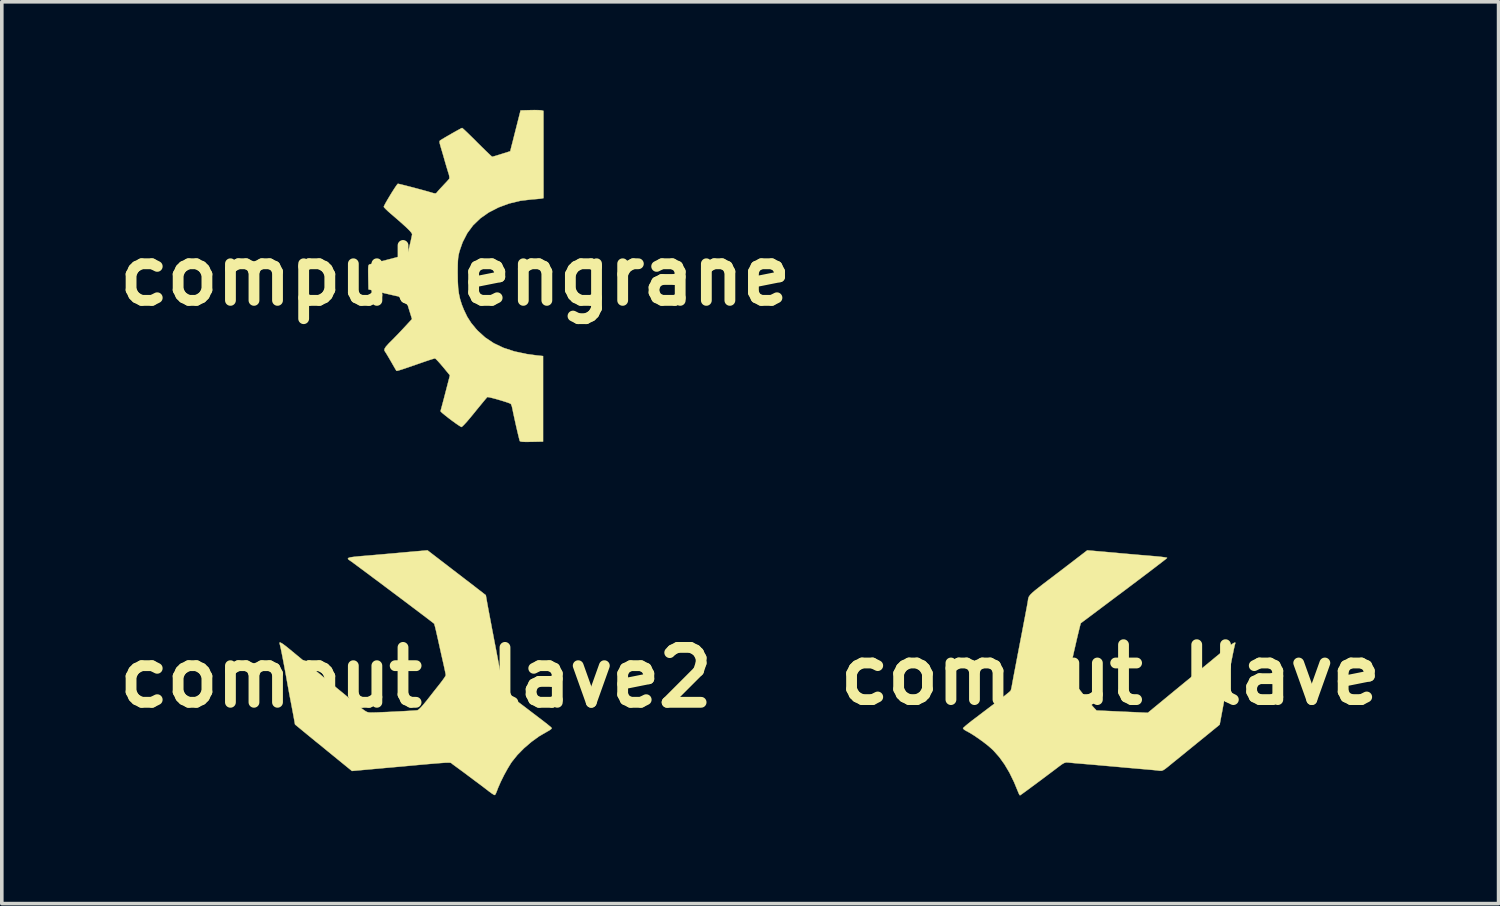
<source format=kicad_pcb>
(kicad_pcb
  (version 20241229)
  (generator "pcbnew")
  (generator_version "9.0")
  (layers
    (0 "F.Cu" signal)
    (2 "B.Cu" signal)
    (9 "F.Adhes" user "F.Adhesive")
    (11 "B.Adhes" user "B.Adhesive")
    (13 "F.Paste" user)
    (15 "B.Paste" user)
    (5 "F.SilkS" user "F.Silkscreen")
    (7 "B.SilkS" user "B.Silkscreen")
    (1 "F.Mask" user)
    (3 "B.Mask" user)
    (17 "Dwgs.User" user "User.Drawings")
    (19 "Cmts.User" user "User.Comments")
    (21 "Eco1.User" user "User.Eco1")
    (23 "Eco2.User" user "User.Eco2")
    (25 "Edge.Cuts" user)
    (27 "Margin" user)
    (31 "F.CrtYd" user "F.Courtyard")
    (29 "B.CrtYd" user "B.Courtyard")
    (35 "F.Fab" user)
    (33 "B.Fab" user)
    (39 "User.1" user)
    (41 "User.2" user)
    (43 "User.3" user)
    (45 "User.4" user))
  (footprint "comput engrane"
    (layer "F.Cu")
    (at 9.587 4.597)
    (property "Reference" "comput engrane" (at 0 0 0) (layer "F.SilkS") (effects (font (size 1.524 1.524) (thickness 0.3))))
    (attr through_hole)
    (fp_poly (pts (xy 2.289 -4.591) (xy 2.363 -4.587) (xy 2.39 -4.584) (xy 2.446 -4.57) (xy 2.447 -2.149) (xy 2.391 -2.137) (xy 2.341 -2.131) (xy 2.256 -2.123) (xy 2.154 -2.115) (xy 2.123 -2.113) (xy 1.804 -2.075) (xy 1.492 -1.999) (xy 1.197 -1.89) (xy 0.927 -1.751) (xy 0.695 -1.588) (xy 0.493 -1.394) (xy 0.331 -1.175) (xy 0.203 -0.926) (xy 0.132 -0.725) (xy 0.107 -0.642) (xy 0.09 -0.568) (xy 0.078 -0.491) (xy 0.071 -0.402) (xy 0.067 -0.288) (xy 0.065 -0.14) (xy 0.065 -0.075) (xy 0.068 0.152) (xy 0.078 0.341) (xy 0.099 0.505) (xy 0.132 0.655) (xy 0.179 0.805) (xy 0.237 0.951) (xy 0.329 1.143) (xy 0.438 1.314) (xy 0.577 1.483) (xy 0.623 1.533) (xy 0.829 1.72) (xy 1.066 1.878) (xy 1.335 2.006) (xy 1.64 2.106) (xy 1.983 2.179) (xy 2.26 2.217) (xy 2.435 2.235) (xy 2.435 4.608) (xy 2.116 4.615) (xy 1.976 4.617) (xy 1.88 4.615) (xy 1.82 4.608) (xy 1.792 4.597) (xy 1.788 4.59) (xy 1.771 4.527) (xy 1.746 4.426) (xy 1.716 4.301) (xy 1.684 4.162) (xy 1.653 4.022) (xy 1.625 3.893) (xy 1.602 3.786) (xy 1.588 3.713) (xy 1.586 3.705) (xy 1.569 3.63) (xy 1.547 3.573) (xy 1.54 3.563) (xy 1.51 3.547) (xy 1.443 3.522) (xy 1.35 3.492) (xy 1.242 3.459) (xy 1.131 3.427) (xy 1.029 3.4) (xy 0.946 3.38) (xy 0.894 3.372) (xy 0.889 3.372) (xy 0.872 3.39) (xy 0.827 3.442) (xy 0.761 3.522) (xy 0.677 3.624) (xy 0.58 3.742) (xy 0.537 3.796) (xy 0.422 3.936) (xy 0.325 4.051) (xy 0.247 4.136) (xy 0.194 4.188) (xy 0.167 4.205) (xy 0.166 4.204) (xy 0.097 4.161) (xy 0.01 4.102) (xy -0.086 4.032) (xy -0.182 3.96) (xy -0.271 3.89) (xy -0.345 3.83) (xy -0.394 3.786) (xy -0.411 3.764) (xy -0.411 3.763) (xy -0.402 3.731) (xy -0.382 3.658) (xy -0.354 3.553) (xy -0.319 3.422) (xy -0.281 3.275) (xy -0.275 3.252) (xy -0.15 2.77) (xy -0.343 2.535) (xy -0.42 2.445) (xy -0.488 2.37) (xy -0.538 2.319) (xy -0.565 2.299) (xy -0.565 2.299) (xy -0.596 2.307) (xy -0.667 2.328) (xy -0.769 2.361) (xy -0.894 2.404) (xy -1.027 2.45) (xy -1.216 2.516) (xy -1.363 2.566) (xy -1.473 2.603) (xy -1.55 2.627) (xy -1.6 2.641) (xy -1.627 2.645) (xy -1.635 2.643) (xy -1.65 2.619) (xy -1.684 2.561) (xy -1.732 2.478) (xy -1.785 2.385) (xy -1.844 2.284) (xy -1.895 2.198) (xy -1.933 2.137) (xy -1.95 2.112) (xy -1.97 2.075) (xy -1.962 2.03) (xy -1.923 1.969) (xy -1.849 1.887) (xy -1.809 1.847) (xy -1.724 1.762) (xy -1.62 1.655) (xy -1.51 1.54) (xy -1.423 1.447) (xy -1.202 1.208) (xy -1.292 0.917) (xy -1.383 0.626) (xy -1.672 0.559) (xy -1.816 0.526) (xy -1.969 0.49) (xy -2.111 0.456) (xy -2.185 0.439) (xy -2.41 0.384) (xy -2.417 0.044) (xy -2.419 -0.093) (xy -2.419 -0.188) (xy -2.415 -0.25) (xy -2.407 -0.285) (xy -2.393 -0.303) (xy -2.38 -0.309) (xy -2.343 -0.319) (xy -2.265 -0.34) (xy -2.156 -0.368) (xy -2.022 -0.403) (xy -1.871 -0.442) (xy -1.836 -0.451) (xy -1.686 -0.49) (xy -1.553 -0.524) (xy -1.446 -0.552) (xy -1.37 -0.572) (xy -1.334 -0.583) (xy -1.332 -0.583) (xy -1.322 -0.61) (xy -1.306 -0.673) (xy -1.284 -0.761) (xy -1.26 -0.862) (xy -1.236 -0.963) (xy -1.217 -1.053) (xy -1.203 -1.12) (xy -1.199 -1.15) (xy -1.218 -1.187) (xy -1.274 -1.252) (xy -1.369 -1.345) (xy -1.503 -1.466) (xy -1.676 -1.617) (xy -1.786 -1.711) (xy -1.868 -1.783) (xy -1.934 -1.846) (xy -1.976 -1.891) (xy -1.986 -1.908) (xy -1.973 -1.94) (xy -1.94 -2.004) (xy -1.891 -2.09) (xy -1.833 -2.188) (xy -1.771 -2.29) (xy -1.71 -2.386) (xy -1.657 -2.467) (xy -1.616 -2.524) (xy -1.595 -2.547) (xy -1.594 -2.547) (xy -1.562 -2.541) (xy -1.491 -2.524) (xy -1.39 -2.499) (xy -1.27 -2.468) (xy -1.138 -2.434) (xy -1.005 -2.398) (xy -0.879 -2.364) (xy -0.771 -2.334) (xy -0.688 -2.31) (xy -0.677 -2.307) (xy -0.599 -2.284) (xy -0.554 -2.278) (xy -0.528 -2.288) (xy -0.509 -2.31) (xy -0.477 -2.349) (xy -0.42 -2.412) (xy -0.35 -2.486) (xy -0.33 -2.508) (xy -0.261 -2.581) (xy -0.205 -2.643) (xy -0.171 -2.683) (xy -0.167 -2.689) (xy -0.164 -2.729) (xy -0.176 -2.795) (xy -0.186 -2.827) (xy -0.208 -2.897) (xy -0.239 -2.999) (xy -0.274 -3.118) (xy -0.297 -3.197) (xy -0.332 -3.322) (xy -0.368 -3.444) (xy -0.399 -3.548) (xy -0.412 -3.594) (xy -0.434 -3.674) (xy -0.439 -3.72) (xy -0.427 -3.745) (xy -0.42 -3.75) (xy -0.362 -3.786) (xy -0.279 -3.836) (xy -0.182 -3.892) (xy -0.08 -3.951) (xy 0.018 -4.006) (xy 0.102 -4.052) (xy 0.161 -4.084) (xy 0.188 -4.096) (xy 0.188 -4.096) (xy 0.211 -4.079) (xy 0.263 -4.032) (xy 0.34 -3.959) (xy 0.436 -3.865) (xy 0.547 -3.756) (xy 0.606 -3.696) (xy 0.722 -3.581) (xy 0.826 -3.479) (xy 0.913 -3.395) (xy 0.978 -3.334) (xy 1.016 -3.301) (xy 1.023 -3.297) (xy 1.054 -3.304) (xy 1.121 -3.323) (xy 1.213 -3.351) (xy 1.283 -3.373) (xy 1.524 -3.449) (xy 1.553 -3.567) (xy 1.569 -3.629) (xy 1.595 -3.729) (xy 1.627 -3.857) (xy 1.664 -4.003) (xy 1.697 -4.133) (xy 1.811 -4.583) (xy 2.073 -4.59) (xy 2.188 -4.592) (xy 2.289 -4.591)) (stroke (width 0.01) (type solid)) (fill yes) (layer "F.SilkS")))
  (footprint "comput llave"
    (layer "F.Cu")
    (at 27.769 15.677)
    (property "Reference" "comput llave" (at 0 0 0) (layer "F.SilkS") (effects (font (size 1.524 1.524) (thickness 0.3))))
    (attr through_hole)
    (fp_poly (pts (xy -0.478 -3.439) (xy -0.403 -3.432) (xy -0.288 -3.422) (xy -0.145 -3.41) (xy 0.018 -3.395) (xy 0.19 -3.38) (xy 0.237 -3.375) (xy 0.43 -3.358) (xy 0.637 -3.34) (xy 0.841 -3.322) (xy 1.027 -3.307) (xy 1.179 -3.294) (xy 1.18 -3.294) (xy 1.314 -3.282) (xy 1.428 -3.27) (xy 1.514 -3.258) (xy 1.564 -3.249) (xy 1.573 -3.244) (xy 1.554 -3.226) (xy 1.498 -3.181) (xy 1.409 -3.112) (xy 1.29 -3.021) (xy 1.145 -2.91) (xy 0.978 -2.783) (xy 0.791 -2.642) (xy 0.588 -2.489) (xy 0.381 -2.333) (xy 0.166 -2.173) (xy -0.036 -2.021) (xy -0.223 -1.881) (xy -0.391 -1.755) (xy -0.536 -1.646) (xy -0.655 -1.557) (xy -0.745 -1.49) (xy -0.801 -1.448) (xy -0.821 -1.433) (xy -0.831 -1.406) (xy -0.849 -1.338) (xy -0.874 -1.236) (xy -0.905 -1.108) (xy -0.94 -0.96) (xy -0.976 -0.801) (xy -1.014 -0.638) (xy -1.049 -0.478) (xy -1.082 -0.329) (xy -1.11 -0.198) (xy -1.132 -0.092) (xy -1.145 -0.02) (xy -1.149 0.01) (xy -1.134 0.04) (xy -1.094 0.101) (xy -1.033 0.185) (xy -0.959 0.283) (xy -0.935 0.314) (xy -0.847 0.427) (xy -0.76 0.538) (xy -0.685 0.635) (xy -0.63 0.706) (xy -0.626 0.712) (xy -0.562 0.794) (xy -0.496 0.873) (xy -0.459 0.914) (xy -0.387 0.991) (xy -0.012 1.008) (xy 0.158 1.016) (xy 0.349 1.025) (xy 0.535 1.033) (xy 0.696 1.04) (xy 0.7 1.041) (xy 1.037 1.056) (xy 1.534 0.647) (xy 1.684 0.523) (xy 1.836 0.398) (xy 1.981 0.279) (xy 2.11 0.173) (xy 2.215 0.088) (xy 2.261 0.05) (xy 2.35 -0.023) (xy 2.468 -0.119) (xy 2.606 -0.232) (xy 2.753 -0.353) (xy 2.9 -0.475) (xy 2.945 -0.512) (xy 3.109 -0.646) (xy 3.238 -0.749) (xy 3.335 -0.823) (xy 3.403 -0.871) (xy 3.446 -0.893) (xy 3.465 -0.893) (xy 3.465 -0.872) (xy 3.46 -0.858) (xy 3.448 -0.816) (xy 3.429 -0.731) (xy 3.404 -0.612) (xy 3.374 -0.464) (xy 3.341 -0.294) (xy 3.306 -0.11) (xy 3.271 0.082) (xy 3.246 0.225) (xy 3.223 0.351) (xy 3.194 0.51) (xy 3.162 0.686) (xy 3.129 0.861) (xy 3.113 0.949) (xy 3.031 1.385) (xy 2.831 1.548) (xy 2.747 1.617) (xy 2.665 1.683) (xy 2.58 1.753) (xy 2.487 1.828) (xy 2.382 1.913) (xy 2.261 2.012) (xy 2.118 2.128) (xy 1.949 2.266) (xy 1.748 2.428) (xy 1.592 2.556) (xy 1.513 2.617) (xy 1.457 2.652) (xy 1.411 2.665) (xy 1.361 2.663) (xy 1.353 2.662) (xy 1.291 2.654) (xy 1.194 2.644) (xy 1.075 2.633) (xy 0.962 2.623) (xy 0.842 2.613) (xy 0.687 2.599) (xy 0.508 2.584) (xy 0.319 2.567) (xy 0.134 2.55) (xy 0.112 2.548) (xy -0.074 2.532) (xy -0.268 2.515) (xy -0.454 2.498) (xy -0.62 2.484) (xy -0.752 2.473) (xy -0.762 2.472) (xy -0.893 2.461) (xy -1.014 2.451) (xy -1.112 2.441) (xy -1.175 2.435) (xy -1.177 2.435) (xy -1.229 2.433) (xy -1.278 2.446) (xy -1.338 2.479) (xy -1.421 2.539) (xy -1.427 2.544) (xy -1.575 2.656) (xy -1.729 2.771) (xy -1.882 2.886) (xy -2.03 2.996) (xy -2.168 3.098) (xy -2.289 3.188) (xy -2.389 3.261) (xy -2.462 3.314) (xy -2.504 3.343) (xy -2.511 3.347) (xy -2.529 3.326) (xy -2.546 3.291) (xy -2.674 2.982) (xy -2.804 2.715) (xy -2.94 2.486) (xy -3.085 2.285) (xy -3.244 2.106) (xy -3.278 2.073) (xy -3.375 1.986) (xy -3.5 1.887) (xy -3.638 1.786) (xy -3.778 1.69) (xy -3.905 1.611) (xy -4.003 1.558) (xy -4.06 1.524) (xy -4.089 1.492) (xy -4.091 1.484) (xy -4.069 1.459) (xy -4.014 1.411) (xy -3.934 1.345) (xy -3.834 1.266) (xy -3.771 1.219) (xy -3.534 1.039) (xy -3.334 0.888) (xy -3.169 0.762) (xy -3.037 0.66) (xy -2.934 0.581) (xy -2.858 0.52) (xy -2.807 0.478) (xy -2.778 0.452) (xy -2.769 0.441) (xy -2.755 0.399) (xy -2.74 0.331) (xy -2.737 0.312) (xy -2.725 0.244) (xy -2.704 0.13) (xy -2.674 -0.03) (xy -2.635 -0.232) (xy -2.589 -0.475) (xy -2.535 -0.756) (xy -2.474 -1.074) (xy -2.438 -1.261) (xy -2.405 -1.437) (xy -2.372 -1.608) (xy -2.343 -1.763) (xy -2.318 -1.894) (xy -2.301 -1.99) (xy -2.296 -2.018) (xy -2.289 -2.063) (xy -2.284 -2.101) (xy -2.276 -2.134) (xy -2.263 -2.166) (xy -2.241 -2.199) (xy -2.208 -2.238) (xy -2.158 -2.285) (xy -2.09 -2.343) (xy -1.999 -2.415) (xy -1.883 -2.506) (xy -1.737 -2.617) (xy -1.559 -2.752) (xy -1.345 -2.915) (xy -1.336 -2.922) (xy -1.211 -3.018) (xy -1.077 -3.12) (xy -0.95 -3.218) (xy -0.853 -3.292) (xy -0.644 -3.453) (xy -0.478 -3.439)) (stroke (width 0.01) (type solid)) (fill yes) (layer "F.SilkS")))
  (footprint "comput llave2"
    (layer "F.Cu")
    (at 8.498 15.752)
    (property "Reference" "comput llave2" (at 0 0 0) (layer "F.SilkS") (effects (font (size 1.524 1.524) (thickness 0.3))))
    (attr through_hole)
    (fp_poly (pts (xy 0.714 -3.223) (xy 0.85 -3.119) (xy 0.985 -3.015) (xy 1.11 -2.919) (xy 1.215 -2.839) (xy 1.286 -2.784) (xy 1.381 -2.711) (xy 1.499 -2.621) (xy 1.621 -2.527) (xy 1.698 -2.467) (xy 1.935 -2.284) (xy 1.968 -2.097) (xy 1.983 -2.014) (xy 2.005 -1.893) (xy 2.033 -1.745) (xy 2.064 -1.582) (xy 2.096 -1.414) (xy 2.098 -1.399) (xy 2.134 -1.213) (xy 2.175 -0.996) (xy 2.22 -0.763) (xy 2.264 -0.532) (xy 2.304 -0.32) (xy 2.31 -0.287) (xy 2.343 -0.119) (xy 2.373 0.035) (xy 2.4 0.167) (xy 2.421 0.269) (xy 2.436 0.335) (xy 2.442 0.355) (xy 2.467 0.384) (xy 2.526 0.437) (xy 2.61 0.507) (xy 2.713 0.588) (xy 2.785 0.644) (xy 3.009 0.813) (xy 3.196 0.956) (xy 3.35 1.073) (xy 3.474 1.167) (xy 3.571 1.242) (xy 3.644 1.299) (xy 3.696 1.342) (xy 3.732 1.371) (xy 3.753 1.391) (xy 3.763 1.404) (xy 3.765 1.409) (xy 3.747 1.433) (xy 3.696 1.47) (xy 3.628 1.508) (xy 3.416 1.631) (xy 3.201 1.787) (xy 2.995 1.964) (xy 2.81 2.152) (xy 2.659 2.34) (xy 2.631 2.381) (xy 2.536 2.537) (xy 2.439 2.714) (xy 2.349 2.896) (xy 2.275 3.065) (xy 2.24 3.158) (xy 2.214 3.221) (xy 2.19 3.259) (xy 2.183 3.263) (xy 2.154 3.252) (xy 2.097 3.216) (xy 2.026 3.164) (xy 2.023 3.162) (xy 1.96 3.113) (xy 1.866 3.041) (xy 1.749 2.953) (xy 1.617 2.855) (xy 1.48 2.752) (xy 1.345 2.651) (xy 1.22 2.559) (xy 1.114 2.481) (xy 1.036 2.424) (xy 1.01 2.405) (xy 0.997 2.394) (xy 0.987 2.385) (xy 0.977 2.377) (xy 0.964 2.37) (xy 0.944 2.366) (xy 0.914 2.364) (xy 0.869 2.364) (xy 0.807 2.366) (xy 0.724 2.372) (xy 0.617 2.38) (xy 0.482 2.391) (xy 0.316 2.405) (xy 0.114 2.423) (xy -0.125 2.445) (xy -0.407 2.471) (xy -0.733 2.5) (xy -0.834 2.509) (xy -1.78 2.595) (xy -2.183 2.267) (xy -2.32 2.155) (xy -2.459 2.042) (xy -2.589 1.935) (xy -2.701 1.844) (xy -2.785 1.777) (xy -2.898 1.684) (xy -3.024 1.581) (xy -3.141 1.485) (xy -3.172 1.459) (xy -3.36 1.304) (xy -3.393 1.12) (xy -3.413 1.01) (xy -3.439 0.874) (xy -3.465 0.736) (xy -3.474 0.689) (xy -3.498 0.564) (xy -3.527 0.41) (xy -3.557 0.247) (xy -3.583 0.102) (xy -3.622 -0.116) (xy -3.66 -0.321) (xy -3.695 -0.505) (xy -3.726 -0.664) (xy -3.752 -0.791) (xy -3.772 -0.882) (xy -3.784 -0.929) (xy -3.785 -0.93) (xy -3.791 -0.966) (xy -3.768 -0.97) (xy -3.716 -0.942) (xy -3.631 -0.88) (xy -3.522 -0.793) (xy -3.446 -0.73) (xy -3.338 -0.641) (xy -3.206 -0.532) (xy -3.057 -0.41) (xy -2.898 -0.279) (xy -2.737 -0.147) (xy -2.71 -0.125) (xy -2.539 0.016) (xy -2.359 0.164) (xy -2.18 0.311) (xy -2.011 0.449) (xy -1.862 0.572) (xy -1.745 0.668) (xy -1.617 0.774) (xy -1.52 0.852) (xy -1.448 0.906) (xy -1.394 0.942) (xy -1.351 0.962) (xy -1.312 0.971) (xy -1.271 0.974) (xy -1.243 0.974) (xy -1.174 0.973) (xy -1.069 0.97) (xy -0.937 0.964) (xy -0.787 0.958) (xy -0.627 0.95) (xy -0.467 0.942) (xy -0.315 0.934) (xy -0.179 0.926) (xy -0.069 0.919) (xy 0.008 0.914) (xy 0.039 0.91) (xy 0.075 0.887) (xy 0.133 0.831) (xy 0.206 0.749) (xy 0.288 0.649) (xy 0.289 0.648) (xy 0.386 0.525) (xy 0.491 0.39) (xy 0.592 0.263) (xy 0.656 0.182) (xy 0.724 0.093) (xy 0.78 0.015) (xy 0.815 -0.041) (xy 0.824 -0.063) (xy 0.819 -0.1) (xy 0.804 -0.173) (xy 0.783 -0.272) (xy 0.765 -0.354) (xy 0.739 -0.469) (xy 0.705 -0.618) (xy 0.668 -0.785) (xy 0.63 -0.955) (xy 0.611 -1.042) (xy 0.579 -1.182) (xy 0.551 -1.306) (xy 0.527 -1.405) (xy 0.509 -1.469) (xy 0.502 -1.492) (xy 0.479 -1.511) (xy 0.422 -1.555) (xy 0.332 -1.624) (xy 0.216 -1.712) (xy 0.077 -1.817) (xy -0.081 -1.936) (xy -0.253 -2.066) (xy -0.434 -2.202) (xy -0.621 -2.342) (xy -0.809 -2.483) (xy -0.994 -2.622) (xy -1.172 -2.754) (xy -1.337 -2.878) (xy -1.487 -2.989) (xy -1.616 -3.085) (xy -1.72 -3.162) (xy -1.795 -3.217) (xy -1.837 -3.246) (xy -1.842 -3.249) (xy -1.882 -3.278) (xy -1.893 -3.301) (xy -1.873 -3.319) (xy -1.817 -3.335) (xy -1.721 -3.348) (xy -1.581 -3.362) (xy -1.505 -3.369) (xy -1.353 -3.381) (xy -1.167 -3.397) (xy -0.963 -3.415) (xy -0.757 -3.433) (xy -0.563 -3.45) (xy -0.562 -3.45) (xy -0.39 -3.466) (xy -0.224 -3.481) (xy -0.074 -3.494) (xy 0.05 -3.505) (xy 0.136 -3.512) (xy 0.152 -3.514) (xy 0.317 -3.528) (xy 0.714 -3.223)) (stroke (width 0.01) (type solid)) (fill yes) (layer "F.SilkS")))
  (gr_rect
    (start -3 -3)
    (end 38.541 22.028)
    (stroke (width 0.1) (type default))
    (fill no)
    (layer "Edge.Cuts")))
</source>
